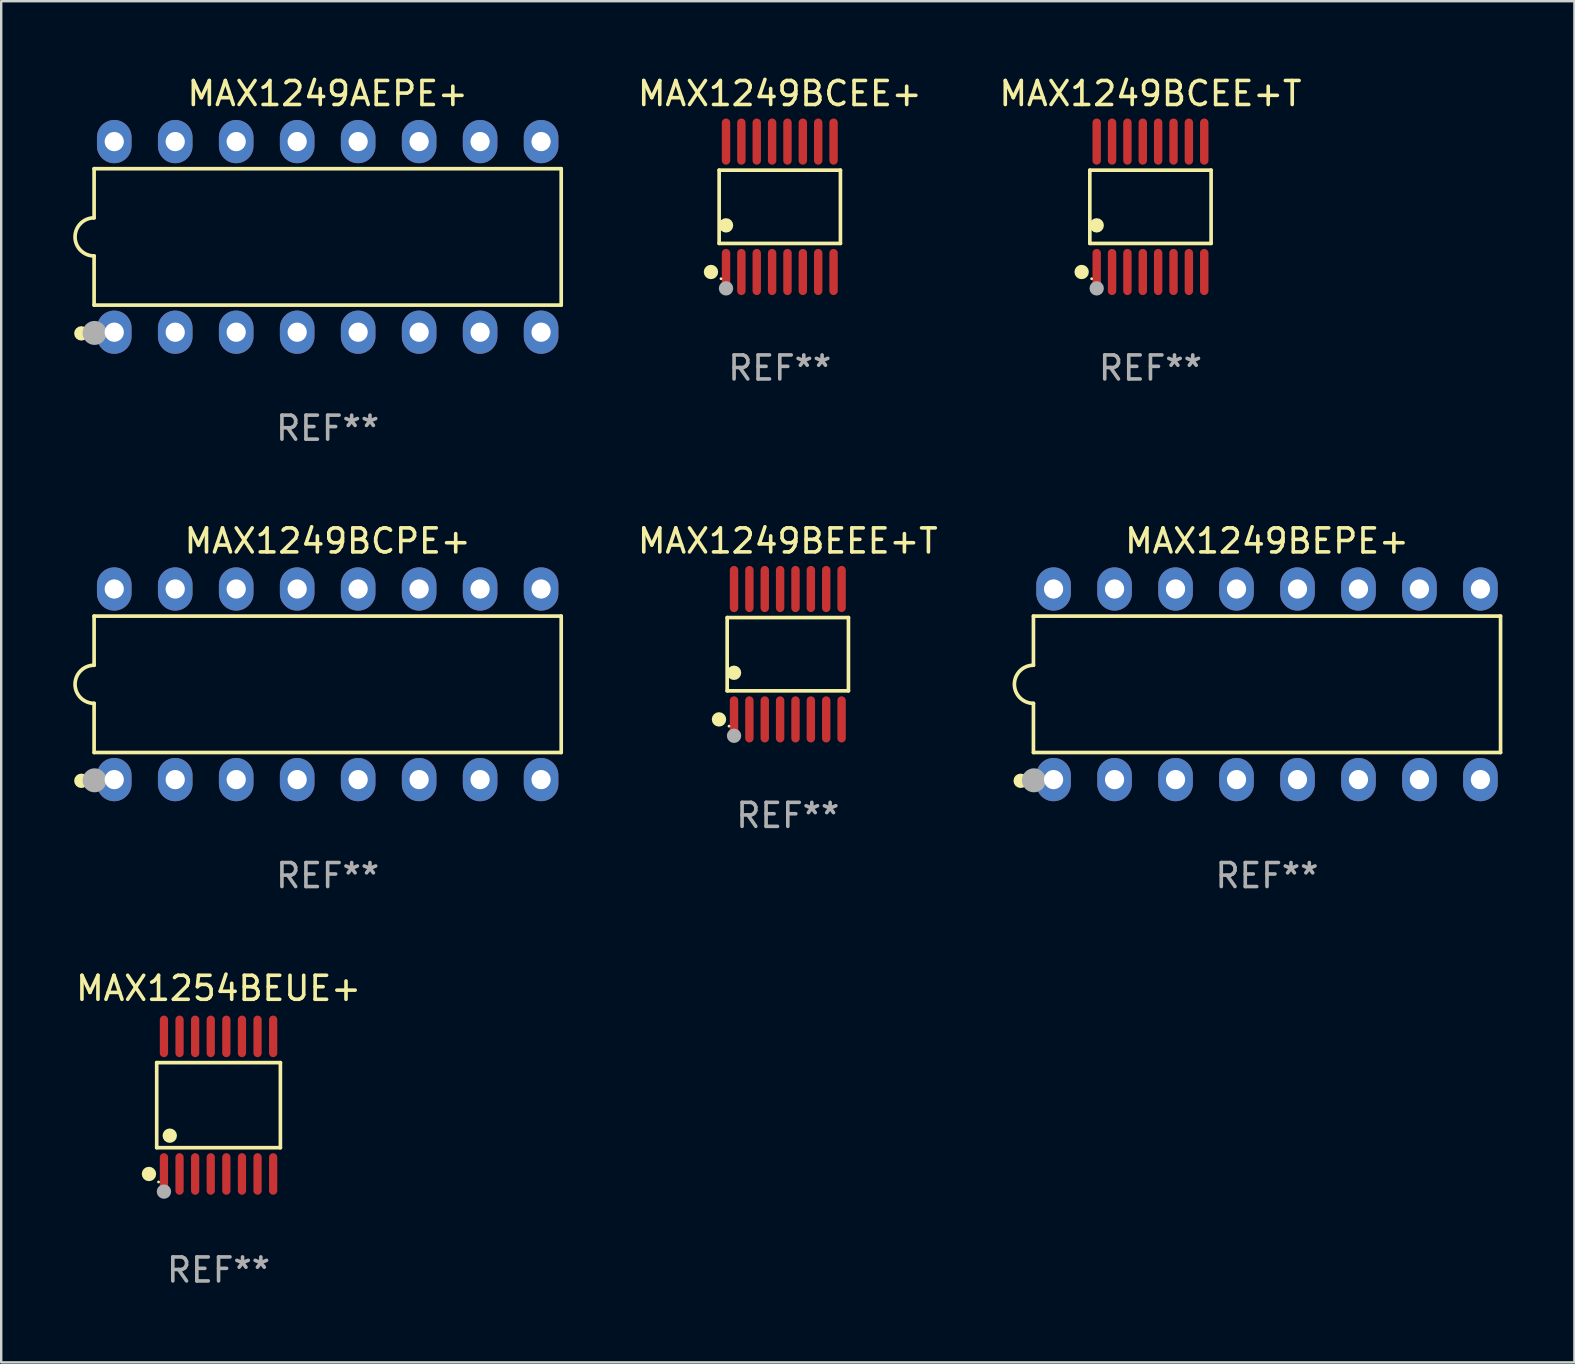
<source format=kicad_pcb>
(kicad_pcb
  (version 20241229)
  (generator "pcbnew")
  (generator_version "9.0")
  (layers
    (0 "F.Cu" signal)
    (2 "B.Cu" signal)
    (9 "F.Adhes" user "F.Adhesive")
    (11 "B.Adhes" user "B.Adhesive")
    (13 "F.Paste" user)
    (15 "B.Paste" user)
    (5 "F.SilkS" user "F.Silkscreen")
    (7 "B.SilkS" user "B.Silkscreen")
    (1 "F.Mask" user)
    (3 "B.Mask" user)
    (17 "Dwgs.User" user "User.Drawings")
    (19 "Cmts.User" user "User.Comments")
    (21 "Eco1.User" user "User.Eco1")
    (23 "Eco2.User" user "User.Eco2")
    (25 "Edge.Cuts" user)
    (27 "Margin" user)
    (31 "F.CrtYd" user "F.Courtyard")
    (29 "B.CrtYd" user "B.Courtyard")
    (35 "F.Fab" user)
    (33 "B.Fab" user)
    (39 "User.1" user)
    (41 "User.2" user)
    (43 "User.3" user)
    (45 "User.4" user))
  (footprint "MAX1249BEPE+"
    (layer "F.Cu")
    (at 49.728 25.455)
    (property "Reference" "MAX1249BEPE+" (at 0 -5.97 0) (layer "F.SilkS") (effects (font (size 1 1) (thickness 0.15))))
    (attr through_hole)
    (fp_line (start -9.729 -2.841) (end -9.729 -0.794) (stroke (width 0.152) (type solid)) (layer "F.SilkS"))
    (fp_line (start -9.729 0.794) (end -9.729 2.841) (stroke (width 0.152) (type solid)) (layer "F.SilkS"))
    (fp_line (start -9.729 2.841) (end 9.729 2.841) (stroke (width 0.152) (type solid)) (layer "F.SilkS"))
    (fp_line (start 9.729 -2.841) (end -9.729 -2.841) (stroke (width 0.152) (type solid)) (layer "F.SilkS"))
    (fp_line (start 9.729 2.841) (end 9.729 -2.841) (stroke (width 0.152) (type solid)) (layer "F.SilkS"))
    (fp_arc (start -9.7287 0.793749) (mid -10.522449 0) (end -9.7287 -0.793749) (stroke (width 0.1524) (type solid)) (layer "F.SilkS"))
    (fp_circle (center -10.26 4.02) (end -10.11 4.02) (stroke (width 0.3) (type solid)) (fill no) (layer "F.SilkS"))
    (fp_circle (center -9.653 4.23) (end -9.623 4.23) (stroke (width 0.06) (type solid)) (fill no) (layer "F.SilkS"))
    (fp_circle (center -9.71 4) (end -9.46 4) (stroke (width 0.5) (type solid)) (fill no) (layer "F.Fab"))
    (fp_text user "REF**" (at 0 7.97 0) (layer "F.Fab") (effects (font (size 1 1) (thickness 0.15))))
    (pad "1" thru_hole oval (at -8.89 3.97) (size 1.44 1.8) (drill 0.8) (layers "*.Cu" "*.Mask"))
    (pad "2" thru_hole oval (at -6.35 3.97) (size 1.44 1.8) (drill 0.8) (layers "*.Cu" "*.Mask"))
    (pad "3" thru_hole oval (at -3.81 3.97) (size 1.44 1.8) (drill 0.8) (layers "*.Cu" "*.Mask"))
    (pad "4" thru_hole oval (at -1.27 3.97) (size 1.44 1.8) (drill 0.8) (layers "*.Cu" "*.Mask"))
    (pad "5" thru_hole oval (at 1.27 3.97) (size 1.44 1.8) (drill 0.8) (layers "*.Cu" "*.Mask"))
    (pad "6" thru_hole oval (at 3.81 3.97) (size 1.44 1.8) (drill 0.8) (layers "*.Cu" "*.Mask"))
    (pad "7" thru_hole oval (at 6.35 3.97) (size 1.44 1.8) (drill 0.8) (layers "*.Cu" "*.Mask"))
    (pad "8" thru_hole oval (at 8.89 3.97) (size 1.44 1.8) (drill 0.8) (layers "*.Cu" "*.Mask"))
    (pad "9" thru_hole oval (at 8.89 -3.97) (size 1.44 1.8) (drill 0.8) (layers "*.Cu" "*.Mask"))
    (pad "10" thru_hole oval (at 6.35 -3.97) (size 1.44 1.8) (drill 0.8) (layers "*.Cu" "*.Mask"))
    (pad "11" thru_hole oval (at 3.81 -3.97) (size 1.44 1.8) (drill 0.8) (layers "*.Cu" "*.Mask"))
    (pad "12" thru_hole oval (at 1.27 -3.97) (size 1.44 1.8) (drill 0.8) (layers "*.Cu" "*.Mask"))
    (pad "13" thru_hole oval (at -1.27 -3.97) (size 1.44 1.8) (drill 0.8) (layers "*.Cu" "*.Mask"))
    (pad "14" thru_hole oval (at -3.81 -3.97) (size 1.44 1.8) (drill 0.8) (layers "*.Cu" "*.Mask"))
    (pad "15" thru_hole oval (at -6.35 -3.97) (size 1.44 1.8) (drill 0.8) (layers "*.Cu" "*.Mask"))
    (pad "16" thru_hole oval (at -8.89 -3.97) (size 1.44 1.8) (drill 0.8) (layers "*.Cu" "*.Mask")))
  (footprint "MAX1254BEUE+"
    (layer "F.Cu")
    (at 6.054 42.987)
    (property "Reference" "MAX1254BEUE+" (at 0 -4.866 0) (layer "F.SilkS") (effects (font (size 1 1) (thickness 0.15))))
    (attr through_hole)
    (fp_line (start -2.576 -1.772) (end 2.576 -1.772) (stroke (width 0.152) (type solid)) (layer "F.SilkS"))
    (fp_line (start -2.576 1.771) (end -2.576 -1.772) (stroke (width 0.152) (type solid)) (layer "F.SilkS"))
    (fp_line (start 2.576 -1.772) (end 2.576 1.771) (stroke (width 0.152) (type solid)) (layer "F.SilkS"))
    (fp_line (start 2.576 1.771) (end -2.576 1.771) (stroke (width 0.152) (type solid)) (layer "F.SilkS"))
    (fp_circle (center -2.899 2.866) (end -2.749 2.866) (stroke (width 0.3) (type solid)) (fill no) (layer "F.SilkS"))
    (fp_circle (center -2.5 3.2) (end -2.47 3.2) (stroke (width 0.06) (type solid)) (fill no) (layer "F.SilkS"))
    (fp_circle (center -2.032 1.27) (end -1.882 1.27) (stroke (width 0.3) (type solid)) (fill no) (layer "F.SilkS"))
    (fp_circle (center -2.275 3.6) (end -2.125 3.6) (stroke (width 0.3) (type solid)) (fill no) (layer "F.Fab"))
    (fp_text user "REF**" (at 0 6.866 0) (layer "F.Fab") (effects (font (size 1 1) (thickness 0.15))))
    (pad "1" smd oval (at -2.275 2.866) (size 0.343 1.731) (layers "F.Cu" "F.Mask" "F.Paste"))
    (pad "2" smd oval (at -1.625 2.866) (size 0.343 1.731) (layers "F.Cu" "F.Mask" "F.Paste"))
    (pad "3" smd oval (at -0.975 2.866) (size 0.343 1.731) (layers "F.Cu" "F.Mask" "F.Paste"))
    (pad "4" smd oval (at -0.325 2.866) (size 0.343 1.731) (layers "F.Cu" "F.Mask" "F.Paste"))
    (pad "5" smd oval (at 0.325 2.866) (size 0.343 1.731) (layers "F.Cu" "F.Mask" "F.Paste"))
    (pad "6" smd oval (at 0.975 2.866) (size 0.343 1.731) (layers "F.Cu" "F.Mask" "F.Paste"))
    (pad "7" smd oval (at 1.625 2.866) (size 0.343 1.731) (layers "F.Cu" "F.Mask" "F.Paste"))
    (pad "8" smd oval (at 2.275 2.866) (size 0.343 1.731) (layers "F.Cu" "F.Mask" "F.Paste"))
    (pad "9" smd oval (at 2.275 -2.866) (size 0.343 1.731) (layers "F.Cu" "F.Mask" "F.Paste"))
    (pad "10" smd oval (at 1.625 -2.866) (size 0.343 1.731) (layers "F.Cu" "F.Mask" "F.Paste"))
    (pad "11" smd oval (at 0.975 -2.866) (size 0.343 1.731) (layers "F.Cu" "F.Mask" "F.Paste"))
    (pad "12" smd oval (at 0.325 -2.866) (size 0.343 1.731) (layers "F.Cu" "F.Mask" "F.Paste"))
    (pad "13" smd oval (at -0.325 -2.866) (size 0.343 1.731) (layers "F.Cu" "F.Mask" "F.Paste"))
    (pad "14" smd oval (at -0.975 -2.866) (size 0.343 1.731) (layers "F.Cu" "F.Mask" "F.Paste"))
    (pad "15" smd oval (at -1.625 -2.866) (size 0.343 1.731) (layers "F.Cu" "F.Mask" "F.Paste"))
    (pad "16" smd oval (at -2.275 -2.866) (size 0.343 1.731) (layers "F.Cu" "F.Mask" "F.Paste")))
  (footprint "MAX1249BCEE+"
    (layer "F.Cu")
    (at 29.433 5.564)
    (property "Reference" "MAX1249BCEE+" (at 0 -4.716 0) (layer "F.SilkS") (effects (font (size 1 1) (thickness 0.15))))
    (attr through_hole)
    (fp_line (start -2.526 -1.526) (end 2.526 -1.526) (stroke (width 0.152) (type solid)) (layer "F.SilkS"))
    (fp_line (start -2.526 1.526) (end -2.526 -1.526) (stroke (width 0.152) (type solid)) (layer "F.SilkS"))
    (fp_line (start 2.526 -1.526) (end 2.526 1.526) (stroke (width 0.152) (type solid)) (layer "F.SilkS"))
    (fp_line (start 2.526 1.526) (end -2.526 1.526) (stroke (width 0.152) (type solid)) (layer "F.SilkS"))
    (fp_circle (center -2.867 2.716) (end -2.717 2.716) (stroke (width 0.3) (type solid)) (fill no) (layer "F.SilkS"))
    (fp_circle (center -2.45 2.997) (end -2.42 2.997) (stroke (width 0.06) (type solid)) (fill no) (layer "F.SilkS"))
    (fp_circle (center -2.24 0.774) (end -2.09 0.774) (stroke (width 0.3) (type solid)) (fill no) (layer "F.SilkS"))
    (fp_circle (center -2.24 3.398) (end -2.09 3.398) (stroke (width 0.3) (type solid)) (fill no) (layer "F.Fab"))
    (fp_text user "REF**" (at 0 6.716 0) (layer "F.Fab") (effects (font (size 1 1) (thickness 0.15))))
    (pad "1" smd oval (at -2.24 2.716) (size 0.35 1.922) (layers "F.Cu" "F.Mask" "F.Paste"))
    (pad "2" smd oval (at -1.6 2.716) (size 0.35 1.922) (layers "F.Cu" "F.Mask" "F.Paste"))
    (pad "3" smd oval (at -0.96 2.716) (size 0.35 1.922) (layers "F.Cu" "F.Mask" "F.Paste"))
    (pad "4" smd oval (at -0.32 2.716) (size 0.35 1.922) (layers "F.Cu" "F.Mask" "F.Paste"))
    (pad "5" smd oval (at 0.32 2.716) (size 0.35 1.922) (layers "F.Cu" "F.Mask" "F.Paste"))
    (pad "6" smd oval (at 0.96 2.716) (size 0.35 1.922) (layers "F.Cu" "F.Mask" "F.Paste"))
    (pad "7" smd oval (at 1.6 2.716) (size 0.35 1.922) (layers "F.Cu" "F.Mask" "F.Paste"))
    (pad "8" smd oval (at 2.24 2.716) (size 0.35 1.922) (layers "F.Cu" "F.Mask" "F.Paste"))
    (pad "9" smd oval (at 2.24 -2.716) (size 0.35 1.922) (layers "F.Cu" "F.Mask" "F.Paste"))
    (pad "10" smd oval (at 1.6 -2.716) (size 0.35 1.922) (layers "F.Cu" "F.Mask" "F.Paste"))
    (pad "11" smd oval (at 0.96 -2.716) (size 0.35 1.922) (layers "F.Cu" "F.Mask" "F.Paste"))
    (pad "12" smd oval (at 0.32 -2.716) (size 0.35 1.922) (layers "F.Cu" "F.Mask" "F.Paste"))
    (pad "13" smd oval (at -0.32 -2.716) (size 0.35 1.922) (layers "F.Cu" "F.Mask" "F.Paste"))
    (pad "14" smd oval (at -0.96 -2.716) (size 0.35 1.922) (layers "F.Cu" "F.Mask" "F.Paste"))
    (pad "15" smd oval (at -1.6 -2.716) (size 0.35 1.922) (layers "F.Cu" "F.Mask" "F.Paste"))
    (pad "16" smd oval (at -2.24 -2.716) (size 0.35 1.922) (layers "F.Cu" "F.Mask" "F.Paste")))
  (footprint "MAX1249AEPE+"
    (layer "F.Cu")
    (at 10.599 6.818)
    (property "Reference" "MAX1249AEPE+" (at 0 -5.97 0) (layer "F.SilkS") (effects (font (size 1 1) (thickness 0.15))))
    (attr through_hole)
    (fp_line (start -9.729 -2.841) (end -9.729 -0.794) (stroke (width 0.152) (type solid)) (layer "F.SilkS"))
    (fp_line (start -9.729 0.794) (end -9.729 2.841) (stroke (width 0.152) (type solid)) (layer "F.SilkS"))
    (fp_line (start -9.729 2.841) (end 9.729 2.841) (stroke (width 0.152) (type solid)) (layer "F.SilkS"))
    (fp_line (start 9.729 -2.841) (end -9.729 -2.841) (stroke (width 0.152) (type solid)) (layer "F.SilkS"))
    (fp_line (start 9.729 2.841) (end 9.729 -2.841) (stroke (width 0.152) (type solid)) (layer "F.SilkS"))
    (fp_arc (start -9.7287 0.793749) (mid -10.522449 0) (end -9.7287 -0.793749) (stroke (width 0.1524) (type solid)) (layer "F.SilkS"))
    (fp_circle (center -10.26 4.02) (end -10.11 4.02) (stroke (width 0.3) (type solid)) (fill no) (layer "F.SilkS"))
    (fp_circle (center -9.653 4.23) (end -9.623 4.23) (stroke (width 0.06) (type solid)) (fill no) (layer "F.SilkS"))
    (fp_circle (center -9.71 4) (end -9.46 4) (stroke (width 0.5) (type solid)) (fill no) (layer "F.Fab"))
    (fp_text user "REF**" (at 0 7.97 0) (layer "F.Fab") (effects (font (size 1 1) (thickness 0.15))))
    (pad "1" thru_hole oval (at -8.89 3.97) (size 1.44 1.8) (drill 0.8) (layers "*.Cu" "*.Mask"))
    (pad "2" thru_hole oval (at -6.35 3.97) (size 1.44 1.8) (drill 0.8) (layers "*.Cu" "*.Mask"))
    (pad "3" thru_hole oval (at -3.81 3.97) (size 1.44 1.8) (drill 0.8) (layers "*.Cu" "*.Mask"))
    (pad "4" thru_hole oval (at -1.27 3.97) (size 1.44 1.8) (drill 0.8) (layers "*.Cu" "*.Mask"))
    (pad "5" thru_hole oval (at 1.27 3.97) (size 1.44 1.8) (drill 0.8) (layers "*.Cu" "*.Mask"))
    (pad "6" thru_hole oval (at 3.81 3.97) (size 1.44 1.8) (drill 0.8) (layers "*.Cu" "*.Mask"))
    (pad "7" thru_hole oval (at 6.35 3.97) (size 1.44 1.8) (drill 0.8) (layers "*.Cu" "*.Mask"))
    (pad "8" thru_hole oval (at 8.89 3.97) (size 1.44 1.8) (drill 0.8) (layers "*.Cu" "*.Mask"))
    (pad "9" thru_hole oval (at 8.89 -3.97) (size 1.44 1.8) (drill 0.8) (layers "*.Cu" "*.Mask"))
    (pad "10" thru_hole oval (at 6.35 -3.97) (size 1.44 1.8) (drill 0.8) (layers "*.Cu" "*.Mask"))
    (pad "11" thru_hole oval (at 3.81 -3.97) (size 1.44 1.8) (drill 0.8) (layers "*.Cu" "*.Mask"))
    (pad "12" thru_hole oval (at 1.27 -3.97) (size 1.44 1.8) (drill 0.8) (layers "*.Cu" "*.Mask"))
    (pad "13" thru_hole oval (at -1.27 -3.97) (size 1.44 1.8) (drill 0.8) (layers "*.Cu" "*.Mask"))
    (pad "14" thru_hole oval (at -3.81 -3.97) (size 1.44 1.8) (drill 0.8) (layers "*.Cu" "*.Mask"))
    (pad "15" thru_hole oval (at -6.35 -3.97) (size 1.44 1.8) (drill 0.8) (layers "*.Cu" "*.Mask"))
    (pad "16" thru_hole oval (at -8.89 -3.97) (size 1.44 1.8) (drill 0.8) (layers "*.Cu" "*.Mask")))
  (footprint "MAX1249BEEE+T"
    (layer "F.Cu")
    (at 29.767 24.201)
    (property "Reference" "MAX1249BEEE+T" (at 0 -4.716 0) (layer "F.SilkS") (effects (font (size 1 1) (thickness 0.15))))
    (attr through_hole)
    (fp_line (start -2.526 -1.526) (end 2.526 -1.526) (stroke (width 0.152) (type solid)) (layer "F.SilkS"))
    (fp_line (start -2.526 1.526) (end -2.526 -1.526) (stroke (width 0.152) (type solid)) (layer "F.SilkS"))
    (fp_line (start 2.526 -1.526) (end 2.526 1.526) (stroke (width 0.152) (type solid)) (layer "F.SilkS"))
    (fp_line (start 2.526 1.526) (end -2.526 1.526) (stroke (width 0.152) (type solid)) (layer "F.SilkS"))
    (fp_circle (center -2.867 2.716) (end -2.717 2.716) (stroke (width 0.3) (type solid)) (fill no) (layer "F.SilkS"))
    (fp_circle (center -2.45 2.997) (end -2.42 2.997) (stroke (width 0.06) (type solid)) (fill no) (layer "F.SilkS"))
    (fp_circle (center -2.24 0.774) (end -2.09 0.774) (stroke (width 0.3) (type solid)) (fill no) (layer "F.SilkS"))
    (fp_circle (center -2.24 3.398) (end -2.09 3.398) (stroke (width 0.3) (type solid)) (fill no) (layer "F.Fab"))
    (fp_text user "REF**" (at 0 6.716 0) (layer "F.Fab") (effects (font (size 1 1) (thickness 0.15))))
    (pad "1" smd oval (at -2.24 2.716) (size 0.35 1.922) (layers "F.Cu" "F.Mask" "F.Paste"))
    (pad "2" smd oval (at -1.6 2.716) (size 0.35 1.922) (layers "F.Cu" "F.Mask" "F.Paste"))
    (pad "3" smd oval (at -0.96 2.716) (size 0.35 1.922) (layers "F.Cu" "F.Mask" "F.Paste"))
    (pad "4" smd oval (at -0.32 2.716) (size 0.35 1.922) (layers "F.Cu" "F.Mask" "F.Paste"))
    (pad "5" smd oval (at 0.32 2.716) (size 0.35 1.922) (layers "F.Cu" "F.Mask" "F.Paste"))
    (pad "6" smd oval (at 0.96 2.716) (size 0.35 1.922) (layers "F.Cu" "F.Mask" "F.Paste"))
    (pad "7" smd oval (at 1.6 2.716) (size 0.35 1.922) (layers "F.Cu" "F.Mask" "F.Paste"))
    (pad "8" smd oval (at 2.24 2.716) (size 0.35 1.922) (layers "F.Cu" "F.Mask" "F.Paste"))
    (pad "9" smd oval (at 2.24 -2.716) (size 0.35 1.922) (layers "F.Cu" "F.Mask" "F.Paste"))
    (pad "10" smd oval (at 1.6 -2.716) (size 0.35 1.922) (layers "F.Cu" "F.Mask" "F.Paste"))
    (pad "11" smd oval (at 0.96 -2.716) (size 0.35 1.922) (layers "F.Cu" "F.Mask" "F.Paste"))
    (pad "12" smd oval (at 0.32 -2.716) (size 0.35 1.922) (layers "F.Cu" "F.Mask" "F.Paste"))
    (pad "13" smd oval (at -0.32 -2.716) (size 0.35 1.922) (layers "F.Cu" "F.Mask" "F.Paste"))
    (pad "14" smd oval (at -0.96 -2.716) (size 0.35 1.922) (layers "F.Cu" "F.Mask" "F.Paste"))
    (pad "15" smd oval (at -1.6 -2.716) (size 0.35 1.922) (layers "F.Cu" "F.Mask" "F.Paste"))
    (pad "16" smd oval (at -2.24 -2.716) (size 0.35 1.922) (layers "F.Cu" "F.Mask" "F.Paste")))
  (footprint "MAX1249BCPE+"
    (layer "F.Cu")
    (at 10.599 25.455)
    (property "Reference" "MAX1249BCPE+" (at 0 -5.97 0) (layer "F.SilkS") (effects (font (size 1 1) (thickness 0.15))))
    (attr through_hole)
    (fp_line (start -9.729 -2.841) (end -9.729 -0.794) (stroke (width 0.152) (type solid)) (layer "F.SilkS"))
    (fp_line (start -9.729 0.794) (end -9.729 2.841) (stroke (width 0.152) (type solid)) (layer "F.SilkS"))
    (fp_line (start -9.729 2.841) (end 9.729 2.841) (stroke (width 0.152) (type solid)) (layer "F.SilkS"))
    (fp_line (start 9.729 -2.841) (end -9.729 -2.841) (stroke (width 0.152) (type solid)) (layer "F.SilkS"))
    (fp_line (start 9.729 2.841) (end 9.729 -2.841) (stroke (width 0.152) (type solid)) (layer "F.SilkS"))
    (fp_arc (start -9.7287 0.793749) (mid -10.522449 0) (end -9.7287 -0.793749) (stroke (width 0.1524) (type solid)) (layer "F.SilkS"))
    (fp_circle (center -10.26 4.02) (end -10.11 4.02) (stroke (width 0.3) (type solid)) (fill no) (layer "F.SilkS"))
    (fp_circle (center -9.653 4.23) (end -9.623 4.23) (stroke (width 0.06) (type solid)) (fill no) (layer "F.SilkS"))
    (fp_circle (center -9.71 4) (end -9.46 4) (stroke (width 0.5) (type solid)) (fill no) (layer "F.Fab"))
    (fp_text user "REF**" (at 0 7.97 0) (layer "F.Fab") (effects (font (size 1 1) (thickness 0.15))))
    (pad "1" thru_hole oval (at -8.89 3.97) (size 1.44 1.8) (drill 0.8) (layers "*.Cu" "*.Mask"))
    (pad "2" thru_hole oval (at -6.35 3.97) (size 1.44 1.8) (drill 0.8) (layers "*.Cu" "*.Mask"))
    (pad "3" thru_hole oval (at -3.81 3.97) (size 1.44 1.8) (drill 0.8) (layers "*.Cu" "*.Mask"))
    (pad "4" thru_hole oval (at -1.27 3.97) (size 1.44 1.8) (drill 0.8) (layers "*.Cu" "*.Mask"))
    (pad "5" thru_hole oval (at 1.27 3.97) (size 1.44 1.8) (drill 0.8) (layers "*.Cu" "*.Mask"))
    (pad "6" thru_hole oval (at 3.81 3.97) (size 1.44 1.8) (drill 0.8) (layers "*.Cu" "*.Mask"))
    (pad "7" thru_hole oval (at 6.35 3.97) (size 1.44 1.8) (drill 0.8) (layers "*.Cu" "*.Mask"))
    (pad "8" thru_hole oval (at 8.89 3.97) (size 1.44 1.8) (drill 0.8) (layers "*.Cu" "*.Mask"))
    (pad "9" thru_hole oval (at 8.89 -3.97) (size 1.44 1.8) (drill 0.8) (layers "*.Cu" "*.Mask"))
    (pad "10" thru_hole oval (at 6.35 -3.97) (size 1.44 1.8) (drill 0.8) (layers "*.Cu" "*.Mask"))
    (pad "11" thru_hole oval (at 3.81 -3.97) (size 1.44 1.8) (drill 0.8) (layers "*.Cu" "*.Mask"))
    (pad "12" thru_hole oval (at 1.27 -3.97) (size 1.44 1.8) (drill 0.8) (layers "*.Cu" "*.Mask"))
    (pad "13" thru_hole oval (at -1.27 -3.97) (size 1.44 1.8) (drill 0.8) (layers "*.Cu" "*.Mask"))
    (pad "14" thru_hole oval (at -3.81 -3.97) (size 1.44 1.8) (drill 0.8) (layers "*.Cu" "*.Mask"))
    (pad "15" thru_hole oval (at -6.35 -3.97) (size 1.44 1.8) (drill 0.8) (layers "*.Cu" "*.Mask"))
    (pad "16" thru_hole oval (at -8.89 -3.97) (size 1.44 1.8) (drill 0.8) (layers "*.Cu" "*.Mask")))
  (footprint "MAX1249BCEE+T"
    (layer "F.Cu")
    (at 44.874 5.564)
    (property "Reference" "MAX1249BCEE+T" (at 0 -4.716 0) (layer "F.SilkS") (effects (font (size 1 1) (thickness 0.15))))
    (attr through_hole)
    (fp_line (start -2.526 -1.526) (end 2.526 -1.526) (stroke (width 0.152) (type solid)) (layer "F.SilkS"))
    (fp_line (start -2.526 1.526) (end -2.526 -1.526) (stroke (width 0.152) (type solid)) (layer "F.SilkS"))
    (fp_line (start 2.526 -1.526) (end 2.526 1.526) (stroke (width 0.152) (type solid)) (layer "F.SilkS"))
    (fp_line (start 2.526 1.526) (end -2.526 1.526) (stroke (width 0.152) (type solid)) (layer "F.SilkS"))
    (fp_circle (center -2.867 2.716) (end -2.717 2.716) (stroke (width 0.3) (type solid)) (fill no) (layer "F.SilkS"))
    (fp_circle (center -2.45 2.997) (end -2.42 2.997) (stroke (width 0.06) (type solid)) (fill no) (layer "F.SilkS"))
    (fp_circle (center -2.24 0.774) (end -2.09 0.774) (stroke (width 0.3) (type solid)) (fill no) (layer "F.SilkS"))
    (fp_circle (center -2.24 3.398) (end -2.09 3.398) (stroke (width 0.3) (type solid)) (fill no) (layer "F.Fab"))
    (fp_text user "REF**" (at 0 6.716 0) (layer "F.Fab") (effects (font (size 1 1) (thickness 0.15))))
    (pad "1" smd oval (at -2.24 2.716) (size 0.35 1.922) (layers "F.Cu" "F.Mask" "F.Paste"))
    (pad "2" smd oval (at -1.6 2.716) (size 0.35 1.922) (layers "F.Cu" "F.Mask" "F.Paste"))
    (pad "3" smd oval (at -0.96 2.716) (size 0.35 1.922) (layers "F.Cu" "F.Mask" "F.Paste"))
    (pad "4" smd oval (at -0.32 2.716) (size 0.35 1.922) (layers "F.Cu" "F.Mask" "F.Paste"))
    (pad "5" smd oval (at 0.32 2.716) (size 0.35 1.922) (layers "F.Cu" "F.Mask" "F.Paste"))
    (pad "6" smd oval (at 0.96 2.716) (size 0.35 1.922) (layers "F.Cu" "F.Mask" "F.Paste"))
    (pad "7" smd oval (at 1.6 2.716) (size 0.35 1.922) (layers "F.Cu" "F.Mask" "F.Paste"))
    (pad "8" smd oval (at 2.24 2.716) (size 0.35 1.922) (layers "F.Cu" "F.Mask" "F.Paste"))
    (pad "9" smd oval (at 2.24 -2.716) (size 0.35 1.922) (layers "F.Cu" "F.Mask" "F.Paste"))
    (pad "10" smd oval (at 1.6 -2.716) (size 0.35 1.922) (layers "F.Cu" "F.Mask" "F.Paste"))
    (pad "11" smd oval (at 0.96 -2.716) (size 0.35 1.922) (layers "F.Cu" "F.Mask" "F.Paste"))
    (pad "12" smd oval (at 0.32 -2.716) (size 0.35 1.922) (layers "F.Cu" "F.Mask" "F.Paste"))
    (pad "13" smd oval (at -0.32 -2.716) (size 0.35 1.922) (layers "F.Cu" "F.Mask" "F.Paste"))
    (pad "14" smd oval (at -0.96 -2.716) (size 0.35 1.922) (layers "F.Cu" "F.Mask" "F.Paste"))
    (pad "15" smd oval (at -1.6 -2.716) (size 0.35 1.922) (layers "F.Cu" "F.Mask" "F.Paste"))
    (pad "16" smd oval (at -2.24 -2.716) (size 0.35 1.922) (layers "F.Cu" "F.Mask" "F.Paste")))
  (gr_rect
    (start -3 -3)
    (end 62.533 53.701)
    (stroke (width 0.1) (type default))
    (fill no)
    (layer "Edge.Cuts")))
</source>
